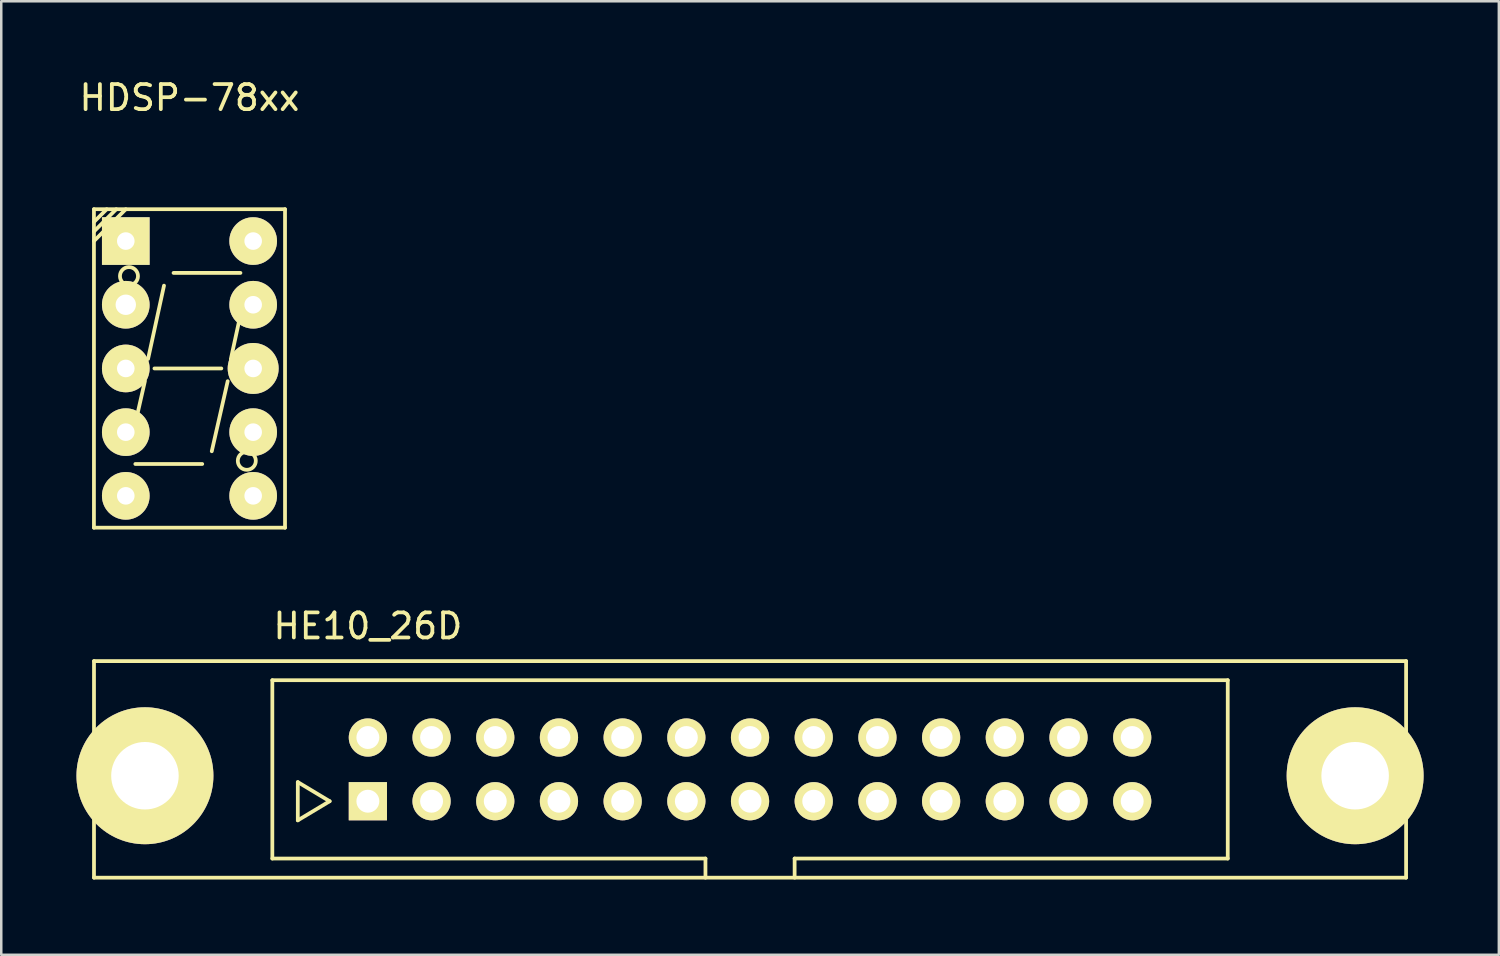
<source format=kicad_pcb>
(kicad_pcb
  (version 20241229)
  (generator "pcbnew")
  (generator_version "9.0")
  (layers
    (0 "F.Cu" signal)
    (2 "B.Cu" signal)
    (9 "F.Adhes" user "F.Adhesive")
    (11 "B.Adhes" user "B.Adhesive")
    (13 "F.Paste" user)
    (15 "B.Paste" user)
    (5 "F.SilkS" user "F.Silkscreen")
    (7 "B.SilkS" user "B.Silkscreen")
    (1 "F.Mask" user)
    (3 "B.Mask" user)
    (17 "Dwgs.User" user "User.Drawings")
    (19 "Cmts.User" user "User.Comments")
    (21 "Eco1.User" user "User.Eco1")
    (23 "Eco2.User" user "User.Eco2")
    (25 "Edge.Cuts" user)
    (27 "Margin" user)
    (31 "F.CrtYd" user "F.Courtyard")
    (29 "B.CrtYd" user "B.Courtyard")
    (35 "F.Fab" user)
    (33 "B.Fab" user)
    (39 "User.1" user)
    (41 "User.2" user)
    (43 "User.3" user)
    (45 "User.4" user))
  (footprint "HE10_26D"
    (layer "F.Cu")
    (at 26.86 27.631)
    (property "Reference" "HE10_26D" (at -15.24 -5.715 0) (layer "F.SilkS") (effects (font (size 1 1) (thickness 0.15))))
    (attr through_hole)
    (fp_line (start -26.162 -4.318) (end -26.162 4.318) (stroke (width 0.15) (type solid)) (layer "F.SilkS"))
    (fp_line (start -26.162 4.318) (end 26.162 4.318) (stroke (width 0.15) (type solid)) (layer "F.SilkS"))
    (fp_line (start -19.05 -3.556) (end 19.05 -3.556) (stroke (width 0.15) (type solid)) (layer "F.SilkS"))
    (fp_line (start -19.05 3.556) (end -19.05 -3.556) (stroke (width 0.15) (type solid)) (layer "F.SilkS"))
    (fp_line (start -18.034 0.508) (end -18.034 2.032) (stroke (width 0.15) (type solid)) (layer "F.SilkS"))
    (fp_line (start -18.034 2.032) (end -16.764 1.27) (stroke (width 0.15) (type solid)) (layer "F.SilkS"))
    (fp_line (start -16.764 1.27) (end -18.034 0.508) (stroke (width 0.15) (type solid)) (layer "F.SilkS"))
    (fp_line (start -1.778 3.556) (end -19.05 3.556) (stroke (width 0.15) (type solid)) (layer "F.SilkS"))
    (fp_line (start -1.778 4.318) (end -1.778 3.556) (stroke (width 0.15) (type solid)) (layer "F.SilkS"))
    (fp_line (start 1.778 3.556) (end 1.778 4.318) (stroke (width 0.15) (type solid)) (layer "F.SilkS"))
    (fp_line (start 19.05 -3.556) (end 19.05 3.556) (stroke (width 0.15) (type solid)) (layer "F.SilkS"))
    (fp_line (start 19.05 3.556) (end 1.778 3.556) (stroke (width 0.15) (type solid)) (layer "F.SilkS"))
    (fp_line (start 26.162 -4.318) (end -26.162 -4.318) (stroke (width 0.15) (type solid)) (layer "F.SilkS"))
    (fp_line (start 26.162 4.318) (end 26.162 -4.318) (stroke (width 0.15) (type solid)) (layer "F.SilkS"))
    (pad "" thru_hole circle (at -24.13 0.254) (size 5.461 5.461) (drill 2.692) (layers "*.Cu" "*.Mask" "F.SilkS"))
    (pad "" thru_hole circle (at 24.13 0.254) (size 5.461 5.461) (drill 2.692) (layers "*.Cu" "*.Mask" "F.SilkS"))
    (pad "1" thru_hole rect (at -15.24 1.27) (size 1.524 1.524) (drill 0.914) (layers "*.Cu" "*.Mask" "F.SilkS"))
    (pad "2" thru_hole circle (at -15.24 -1.27) (size 1.524 1.524) (drill 0.914) (layers "*.Cu" "*.Mask" "F.SilkS"))
    (pad "3" thru_hole circle (at -12.7 1.27) (size 1.524 1.524) (drill 0.914) (layers "*.Cu" "*.Mask" "F.SilkS"))
    (pad "4" thru_hole circle (at -12.7 -1.27) (size 1.524 1.524) (drill 0.914) (layers "*.Cu" "*.Mask" "F.SilkS"))
    (pad "5" thru_hole circle (at -10.16 1.27) (size 1.524 1.524) (drill 0.914) (layers "*.Cu" "*.Mask" "F.SilkS"))
    (pad "6" thru_hole circle (at -10.16 -1.27) (size 1.524 1.524) (drill 0.914) (layers "*.Cu" "*.Mask" "F.SilkS"))
    (pad "7" thru_hole circle (at -7.62 1.27) (size 1.524 1.524) (drill 0.914) (layers "*.Cu" "*.Mask" "F.SilkS"))
    (pad "8" thru_hole circle (at -7.62 -1.27) (size 1.524 1.524) (drill 0.914) (layers "*.Cu" "*.Mask" "F.SilkS"))
    (pad "9" thru_hole circle (at -5.08 1.27) (size 1.524 1.524) (drill 0.914) (layers "*.Cu" "*.Mask" "F.SilkS"))
    (pad "10" thru_hole circle (at -5.08 -1.27) (size 1.524 1.524) (drill 0.914) (layers "*.Cu" "*.Mask" "F.SilkS"))
    (pad "11" thru_hole circle (at -2.54 1.27) (size 1.524 1.524) (drill 0.914) (layers "*.Cu" "*.Mask" "F.SilkS"))
    (pad "12" thru_hole circle (at -2.54 -1.27) (size 1.524 1.524) (drill 0.914) (layers "*.Cu" "*.Mask" "F.SilkS"))
    (pad "13" thru_hole circle (at 0 1.27) (size 1.524 1.524) (drill 0.914) (layers "*.Cu" "*.Mask" "F.SilkS"))
    (pad "14" thru_hole circle (at 0 -1.27) (size 1.524 1.524) (drill 0.914) (layers "*.Cu" "*.Mask" "F.SilkS"))
    (pad "15" thru_hole circle (at 2.54 1.27) (size 1.524 1.524) (drill 0.914) (layers "*.Cu" "*.Mask" "F.SilkS"))
    (pad "16" thru_hole circle (at 2.54 -1.27) (size 1.524 1.524) (drill 0.914) (layers "*.Cu" "*.Mask" "F.SilkS"))
    (pad "17" thru_hole circle (at 5.08 1.27) (size 1.524 1.524) (drill 0.914) (layers "*.Cu" "*.Mask" "F.SilkS"))
    (pad "18" thru_hole circle (at 5.08 -1.27) (size 1.524 1.524) (drill 0.914) (layers "*.Cu" "*.Mask" "F.SilkS"))
    (pad "19" thru_hole circle (at 7.62 1.27) (size 1.524 1.524) (drill 0.914) (layers "*.Cu" "*.Mask" "F.SilkS"))
    (pad "20" thru_hole circle (at 7.62 -1.27) (size 1.524 1.524) (drill 0.914) (layers "*.Cu" "*.Mask" "F.SilkS"))
    (pad "21" thru_hole circle (at 10.16 1.27) (size 1.524 1.524) (drill 0.914) (layers "*.Cu" "*.Mask" "F.SilkS"))
    (pad "22" thru_hole circle (at 10.16 -1.27) (size 1.524 1.524) (drill 0.914) (layers "*.Cu" "*.Mask" "F.SilkS"))
    (pad "23" thru_hole circle (at 12.7 1.27) (size 1.524 1.524) (drill 0.914) (layers "*.Cu" "*.Mask" "F.SilkS"))
    (pad "24" thru_hole circle (at 12.7 -1.27) (size 1.524 1.524) (drill 0.914) (layers "*.Cu" "*.Mask" "F.SilkS"))
    (pad "25" thru_hole circle (at 15.24 1.27) (size 1.524 1.524) (drill 0.914) (layers "*.Cu" "*.Mask" "F.SilkS"))
    (pad "26" thru_hole circle (at 15.24 -1.27) (size 1.524 1.524) (drill 0.914) (layers "*.Cu" "*.Mask" "F.SilkS")))
  (footprint "HDSP-78xx"
    (layer "F.Cu")
    (at 4.506 11.643)
    (property "Reference" "HDSP-78xx" (at 0 -10.795 0) (layer "F.SilkS") (effects (font (size 1 1) (thickness 0.15))))
    (attr through_hole)
    (fp_line (start -3.81 -6.35) (end -3.81 6.35) (stroke (width 0.15) (type solid)) (layer "F.SilkS"))
    (fp_line (start -3.81 -5.842) (end -3.302 -6.35) (stroke (width 0.15) (type solid)) (layer "F.SilkS"))
    (fp_line (start -3.81 -5.461) (end -2.921 -6.35) (stroke (width 0.15) (type solid)) (layer "F.SilkS"))
    (fp_line (start -3.81 -5.08) (end -2.54 -6.35) (stroke (width 0.15) (type solid)) (layer "F.SilkS"))
    (fp_line (start -3.81 6.35) (end 3.81 6.35) (stroke (width 0.15) (type solid)) (layer "F.SilkS"))
    (fp_line (start -2.413 3.302) (end -1.778 0.508) (stroke (width 0.15) (type solid)) (layer "F.SilkS"))
    (fp_line (start -2.159 3.81) (end 0.508 3.81) (stroke (width 0.15) (type solid)) (layer "F.SilkS"))
    (fp_line (start -1.651 -0.381) (end -1.016 -3.302) (stroke (width 0.15) (type solid)) (layer "F.SilkS"))
    (fp_line (start -1.397 0) (end 1.27 0) (stroke (width 0.15) (type solid)) (layer "F.SilkS"))
    (fp_line (start -0.635 -3.81) (end 2.032 -3.81) (stroke (width 0.15) (type solid)) (layer "F.SilkS"))
    (fp_line (start 0.889 3.302) (end 1.524 0.508) (stroke (width 0.15) (type solid)) (layer "F.SilkS"))
    (fp_line (start 1.651 -0.381) (end 2.286 -3.302) (stroke (width 0.15) (type solid)) (layer "F.SilkS"))
    (fp_line (start 3.81 -6.35) (end -3.81 -6.35) (stroke (width 0.15) (type solid)) (layer "F.SilkS"))
    (fp_line (start 3.81 6.35) (end 3.81 -6.35) (stroke (width 0.15) (type solid)) (layer "F.SilkS"))
    (fp_circle (center -2.413 -3.683) (end -2.159 -3.429) (stroke (width 0.15) (type solid)) (fill no) (layer "F.SilkS"))
    (fp_circle (center 2.286 3.683) (end 2.54 3.937) (stroke (width 0.15) (type solid)) (fill no) (layer "F.SilkS"))
    (pad "" thru_hole circle (at -2.54 -2.54) (size 1.397 1.397) (drill 0.813) (layers "*.Cu" "*.Mask" "F.SilkS"))
    (pad "1" thru_hole rect (at -2.54 -5.08) (size 1.9 1.9) (drill 0.701) (layers "*.Cu" "*.Mask" "F.SilkS"))
    (pad "2" thru_hole circle (at -2.54 -2.54) (size 1.9 1.9) (drill 0.701) (layers "*.Cu" "*.Mask" "F.SilkS"))
    (pad "3" thru_hole circle (at -2.54 0) (size 1.9 1.9) (drill 0.701) (layers "*.Cu" "*.Mask" "F.SilkS"))
    (pad "4" thru_hole circle (at -2.54 2.54) (size 1.9 1.9) (drill 0.701) (layers "*.Cu" "*.Mask" "F.SilkS"))
    (pad "5" thru_hole circle (at -2.54 5.08) (size 1.9 1.9) (drill 0.701) (layers "*.Cu" "*.Mask" "F.SilkS"))
    (pad "6" thru_hole circle (at 2.54 5.08) (size 1.9 1.9) (drill 0.701) (layers "*.Cu" "*.Mask" "F.SilkS"))
    (pad "7" thru_hole circle (at 2.54 2.54) (size 1.9 1.9) (drill 0.701) (layers "*.Cu" "*.Mask" "F.SilkS"))
    (pad "8" thru_hole circle (at 2.54 0) (size 2.032 2.032) (drill 0.701) (layers "*.Cu" "*.Mask" "F.SilkS"))
    (pad "9" thru_hole circle (at 2.54 -2.54) (size 1.9 1.9) (drill 0.701) (layers "*.Cu" "*.Mask" "F.SilkS"))
    (pad "10" thru_hole circle (at 2.54 -5.08) (size 1.9 1.9) (drill 0.701) (layers "*.Cu" "*.Mask" "F.SilkS")))
  (gr_rect
    (start -3 -3)
    (end 56.721 35.025)
    (stroke (width 0.1) (type default))
    (fill no)
    (layer "Edge.Cuts")))
</source>
